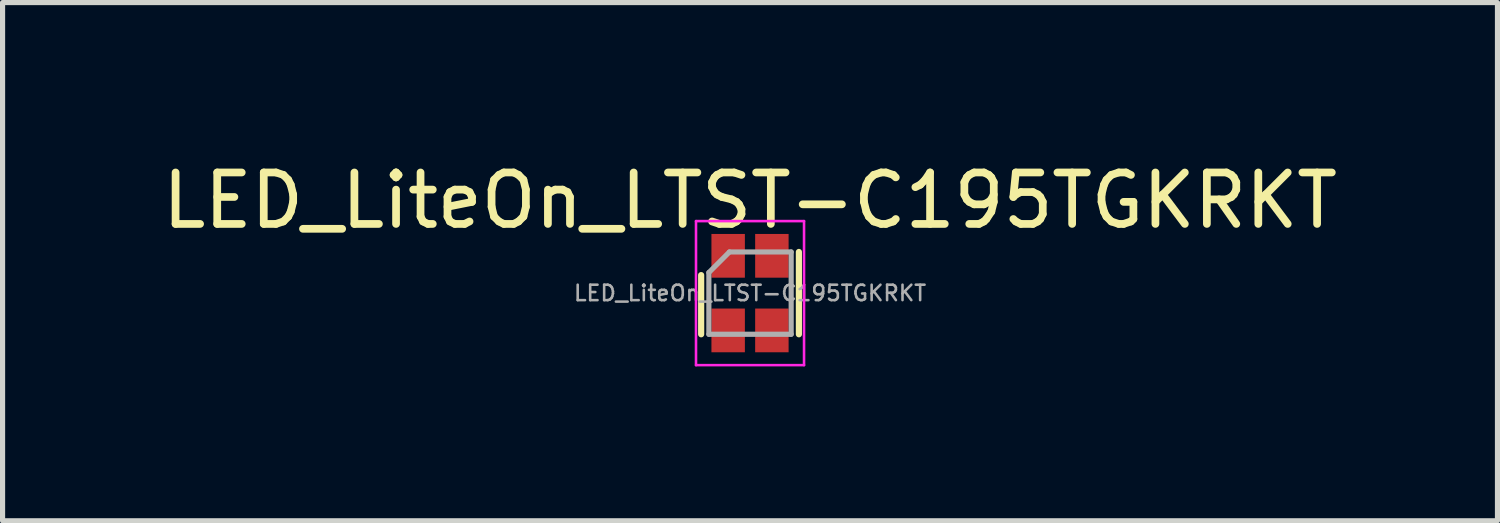
<source format=kicad_pcb>
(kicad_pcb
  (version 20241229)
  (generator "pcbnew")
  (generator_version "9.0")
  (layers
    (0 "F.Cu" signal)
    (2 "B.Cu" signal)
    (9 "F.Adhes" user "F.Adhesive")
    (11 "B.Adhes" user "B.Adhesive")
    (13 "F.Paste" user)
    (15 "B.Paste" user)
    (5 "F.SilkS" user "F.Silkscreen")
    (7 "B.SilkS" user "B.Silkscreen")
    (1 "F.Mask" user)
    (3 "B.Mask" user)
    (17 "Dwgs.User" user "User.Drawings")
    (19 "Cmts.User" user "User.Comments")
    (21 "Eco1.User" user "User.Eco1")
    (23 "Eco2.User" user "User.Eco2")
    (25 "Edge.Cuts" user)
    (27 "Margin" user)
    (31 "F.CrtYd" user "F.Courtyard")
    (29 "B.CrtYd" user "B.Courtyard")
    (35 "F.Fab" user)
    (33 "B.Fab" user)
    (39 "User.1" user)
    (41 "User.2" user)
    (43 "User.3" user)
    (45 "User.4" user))
  (footprint "LED_LiteOn_LTST-C195TGKRKT"
    (layer "F.Cu")
    (at 11.53 2.648)
    (property "Reference" "LED_LiteOn_LTST-C195TGKRKT" (at 0 -1.8 0) (layer "F.SilkS") (effects (font (size 1 1) (thickness 0.15))))
    (attr smd)
    (fp_line (start -0.95 -0.35) (end -0.95 0.8) (stroke (width 0.12) (type solid)) (layer "F.SilkS"))
    (fp_line (start 0.95 -0.8) (end 0.95 0.8) (stroke (width 0.12) (type solid)) (layer "F.SilkS"))
    (fp_line (start -1.05 -1.4) (end 1.05 -1.4) (stroke (width 0.05) (type solid)) (layer "F.CrtYd"))
    (fp_line (start -1.05 1.4) (end -1.05 -1.4) (stroke (width 0.05) (type solid)) (layer "F.CrtYd"))
    (fp_line (start 1.05 -1.4) (end 1.05 1.4) (stroke (width 0.05) (type solid)) (layer "F.CrtYd"))
    (fp_line (start 1.05 1.4) (end -1.05 1.4) (stroke (width 0.05) (type solid)) (layer "F.CrtYd"))
    (fp_line (start -0.8 -0.4) (end -0.8 0.8) (stroke (width 0.1) (type solid)) (layer "F.Fab"))
    (fp_line (start -0.8 0.8) (end 0.8 0.8) (stroke (width 0.1) (type solid)) (layer "F.Fab"))
    (fp_line (start -0.4 -0.8) (end -0.8 -0.4) (stroke (width 0.1) (type solid)) (layer "F.Fab"))
    (fp_line (start 0.8 -0.8) (end -0.4 -0.8) (stroke (width 0.1) (type solid)) (layer "F.Fab"))
    (fp_line (start 0.8 0.8) (end 0.8 -0.8) (stroke (width 0.1) (type solid)) (layer "F.Fab"))
    (fp_text user "${REFERENCE}" (at 0 0 0) (layer "F.Fab") (effects (font (size 0.3 0.3) (thickness 0.05))))
    (pad "1" smd rect (at 0.425 -0.725) (size 0.65 0.85) (layers "F.Cu" "F.Mask" "F.Paste"))
    (pad "2" smd rect (at -0.425 -0.725) (size 0.65 0.85) (layers "F.Cu" "F.Mask" "F.Paste"))
    (pad "3" smd rect (at 0.425 0.725) (size 0.65 0.85) (layers "F.Cu" "F.Mask" "F.Paste"))
    (pad "4" smd rect (at -0.425 0.725) (size 0.65 0.85) (layers "F.Cu" "F.Mask" "F.Paste")))
  (gr_rect
    (start -3 -3)
    (end 26.06 7.073)
    (stroke (width 0.1) (type default))
    (fill no)
    (layer "Edge.Cuts")))
</source>
